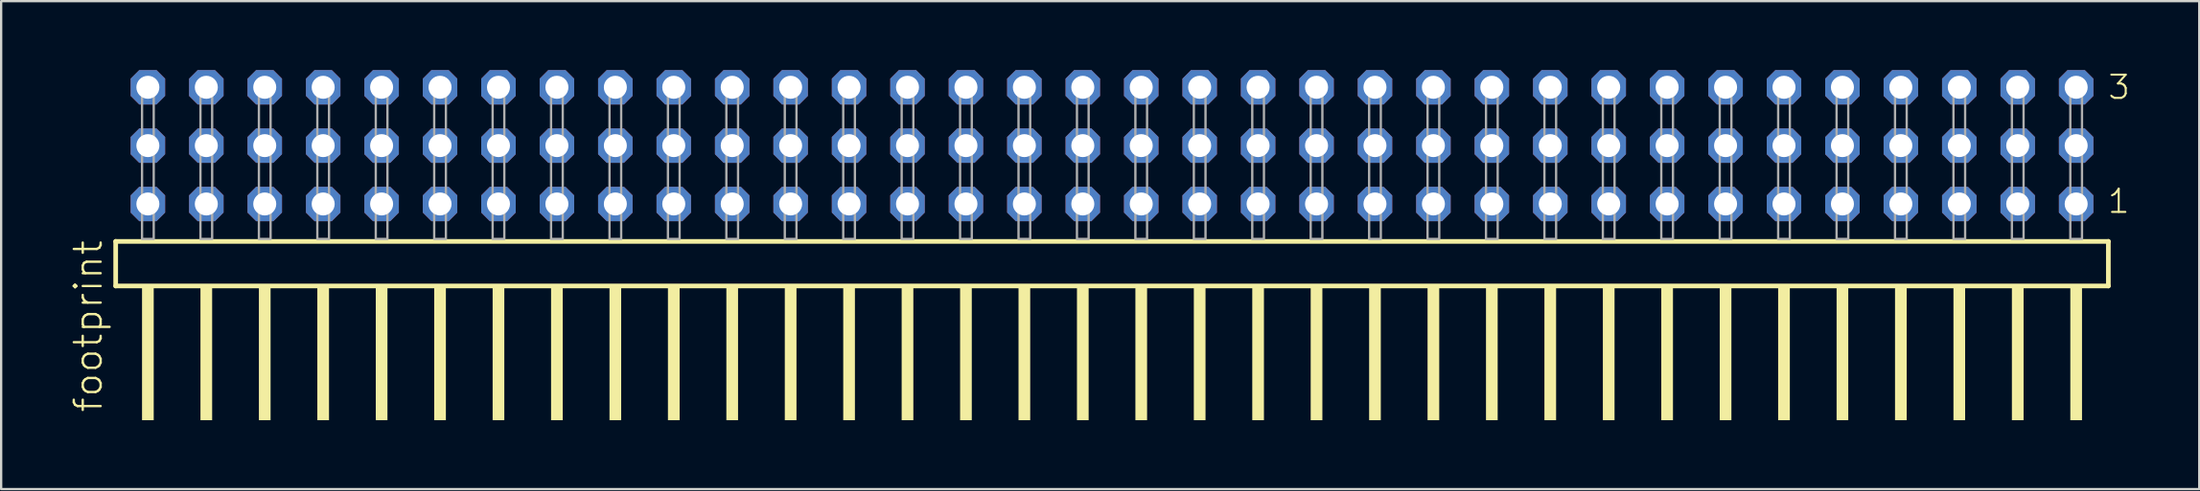
<source format=kicad_pcb>
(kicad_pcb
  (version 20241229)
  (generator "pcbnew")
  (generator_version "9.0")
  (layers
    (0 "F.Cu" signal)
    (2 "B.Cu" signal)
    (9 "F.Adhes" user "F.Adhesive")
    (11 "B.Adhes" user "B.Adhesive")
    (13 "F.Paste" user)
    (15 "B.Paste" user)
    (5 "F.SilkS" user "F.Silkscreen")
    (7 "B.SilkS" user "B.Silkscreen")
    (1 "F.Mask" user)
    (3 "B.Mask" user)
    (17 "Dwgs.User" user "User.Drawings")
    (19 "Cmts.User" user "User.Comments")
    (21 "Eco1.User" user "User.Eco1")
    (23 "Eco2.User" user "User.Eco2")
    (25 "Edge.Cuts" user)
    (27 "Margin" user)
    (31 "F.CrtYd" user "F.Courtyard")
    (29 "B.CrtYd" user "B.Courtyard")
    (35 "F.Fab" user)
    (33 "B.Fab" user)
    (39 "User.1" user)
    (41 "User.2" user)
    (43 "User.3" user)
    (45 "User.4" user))
  (footprint "footprint"
    (layer "F.Cu")
    (at 45.288 7.354)
    (property "Reference" "footprint" (at -43.815 7.62 90) (layer "F.SilkS") (effects (font (size 1.168 1.168) (thickness 0.102)) (justify left bottom)))
    (fp_line (start -43.309 0.106) (end -43.309 2.046) (stroke (width 0.203) (type solid)) (layer "F.SilkS"))
    (fp_line (start -43.309 2.046) (end 43.309 2.046) (stroke (width 0.203) (type solid)) (layer "F.SilkS"))
    (fp_line (start 43.309 0.106) (end -43.309 0.106) (stroke (width 0.203) (type solid)) (layer "F.SilkS"))
    (fp_line (start 43.309 2.046) (end 43.309 0.106) (stroke (width 0.203) (type solid)) (layer "F.SilkS"))
    (fp_poly (pts (xy -42.164 7.89) (xy -41.656 7.89) (xy -41.656 2.04) (xy -42.164 2.04)) (stroke (width 0) (type solid)) (fill yes) (layer "F.SilkS"))
    (fp_poly (pts (xy -39.624 7.89) (xy -39.116 7.89) (xy -39.116 2.04) (xy -39.624 2.04)) (stroke (width 0) (type solid)) (fill yes) (layer "F.SilkS"))
    (fp_poly (pts (xy -37.084 7.89) (xy -36.576 7.89) (xy -36.576 2.04) (xy -37.084 2.04)) (stroke (width 0) (type solid)) (fill yes) (layer "F.SilkS"))
    (fp_poly (pts (xy -34.544 7.89) (xy -34.036 7.89) (xy -34.036 2.04) (xy -34.544 2.04)) (stroke (width 0) (type solid)) (fill yes) (layer "F.SilkS"))
    (fp_poly (pts (xy -32.004 7.89) (xy -31.496 7.89) (xy -31.496 2.04) (xy -32.004 2.04)) (stroke (width 0) (type solid)) (fill yes) (layer "F.SilkS"))
    (fp_poly (pts (xy -29.464 7.89) (xy -28.956 7.89) (xy -28.956 2.04) (xy -29.464 2.04)) (stroke (width 0) (type solid)) (fill yes) (layer "F.SilkS"))
    (fp_poly (pts (xy -26.924 7.89) (xy -26.416 7.89) (xy -26.416 2.04) (xy -26.924 2.04)) (stroke (width 0) (type solid)) (fill yes) (layer "F.SilkS"))
    (fp_poly (pts (xy -24.384 7.89) (xy -23.876 7.89) (xy -23.876 2.04) (xy -24.384 2.04)) (stroke (width 0) (type solid)) (fill yes) (layer "F.SilkS"))
    (fp_poly (pts (xy -21.844 7.89) (xy -21.336 7.89) (xy -21.336 2.04) (xy -21.844 2.04)) (stroke (width 0) (type solid)) (fill yes) (layer "F.SilkS"))
    (fp_poly (pts (xy -19.304 7.89) (xy -18.796 7.89) (xy -18.796 2.04) (xy -19.304 2.04)) (stroke (width 0) (type solid)) (fill yes) (layer "F.SilkS"))
    (fp_poly (pts (xy -16.764 7.89) (xy -16.256 7.89) (xy -16.256 2.04) (xy -16.764 2.04)) (stroke (width 0) (type solid)) (fill yes) (layer "F.SilkS"))
    (fp_poly (pts (xy -14.224 7.89) (xy -13.716 7.89) (xy -13.716 2.04) (xy -14.224 2.04)) (stroke (width 0) (type solid)) (fill yes) (layer "F.SilkS"))
    (fp_poly (pts (xy -11.684 7.89) (xy -11.176 7.89) (xy -11.176 2.04) (xy -11.684 2.04)) (stroke (width 0) (type solid)) (fill yes) (layer "F.SilkS"))
    (fp_poly (pts (xy -9.144 7.89) (xy -8.636 7.89) (xy -8.636 2.04) (xy -9.144 2.04)) (stroke (width 0) (type solid)) (fill yes) (layer "F.SilkS"))
    (fp_poly (pts (xy -6.604 7.89) (xy -6.096 7.89) (xy -6.096 2.04) (xy -6.604 2.04)) (stroke (width 0) (type solid)) (fill yes) (layer "F.SilkS"))
    (fp_poly (pts (xy -4.064 7.89) (xy -3.556 7.89) (xy -3.556 2.04) (xy -4.064 2.04)) (stroke (width 0) (type solid)) (fill yes) (layer "F.SilkS"))
    (fp_poly (pts (xy -1.524 7.89) (xy -1.016 7.89) (xy -1.016 2.04) (xy -1.524 2.04)) (stroke (width 0) (type solid)) (fill yes) (layer "F.SilkS"))
    (fp_poly (pts (xy 1.016 7.89) (xy 1.524 7.89) (xy 1.524 2.04) (xy 1.016 2.04)) (stroke (width 0) (type solid)) (fill yes) (layer "F.SilkS"))
    (fp_poly (pts (xy 3.556 7.89) (xy 4.064 7.89) (xy 4.064 2.04) (xy 3.556 2.04)) (stroke (width 0) (type solid)) (fill yes) (layer "F.SilkS"))
    (fp_poly (pts (xy 6.096 7.89) (xy 6.604 7.89) (xy 6.604 2.04) (xy 6.096 2.04)) (stroke (width 0) (type solid)) (fill yes) (layer "F.SilkS"))
    (fp_poly (pts (xy 8.636 7.89) (xy 9.144 7.89) (xy 9.144 2.04) (xy 8.636 2.04)) (stroke (width 0) (type solid)) (fill yes) (layer "F.SilkS"))
    (fp_poly (pts (xy 11.176 7.89) (xy 11.684 7.89) (xy 11.684 2.04) (xy 11.176 2.04)) (stroke (width 0) (type solid)) (fill yes) (layer "F.SilkS"))
    (fp_poly (pts (xy 13.716 7.89) (xy 14.224 7.89) (xy 14.224 2.04) (xy 13.716 2.04)) (stroke (width 0) (type solid)) (fill yes) (layer "F.SilkS"))
    (fp_poly (pts (xy 16.256 7.89) (xy 16.764 7.89) (xy 16.764 2.04) (xy 16.256 2.04)) (stroke (width 0) (type solid)) (fill yes) (layer "F.SilkS"))
    (fp_poly (pts (xy 18.796 7.89) (xy 19.304 7.89) (xy 19.304 2.04) (xy 18.796 2.04)) (stroke (width 0) (type solid)) (fill yes) (layer "F.SilkS"))
    (fp_poly (pts (xy 21.336 7.89) (xy 21.844 7.89) (xy 21.844 2.04) (xy 21.336 2.04)) (stroke (width 0) (type solid)) (fill yes) (layer "F.SilkS"))
    (fp_poly (pts (xy 23.876 7.89) (xy 24.384 7.89) (xy 24.384 2.04) (xy 23.876 2.04)) (stroke (width 0) (type solid)) (fill yes) (layer "F.SilkS"))
    (fp_poly (pts (xy 26.416 7.89) (xy 26.924 7.89) (xy 26.924 2.04) (xy 26.416 2.04)) (stroke (width 0) (type solid)) (fill yes) (layer "F.SilkS"))
    (fp_poly (pts (xy 28.956 7.89) (xy 29.464 7.89) (xy 29.464 2.04) (xy 28.956 2.04)) (stroke (width 0) (type solid)) (fill yes) (layer "F.SilkS"))
    (fp_poly (pts (xy 31.496 7.89) (xy 32.004 7.89) (xy 32.004 2.04) (xy 31.496 2.04)) (stroke (width 0) (type solid)) (fill yes) (layer "F.SilkS"))
    (fp_poly (pts (xy 34.036 7.89) (xy 34.544 7.89) (xy 34.544 2.04) (xy 34.036 2.04)) (stroke (width 0) (type solid)) (fill yes) (layer "F.SilkS"))
    (fp_poly (pts (xy 36.576 7.89) (xy 37.084 7.89) (xy 37.084 2.04) (xy 36.576 2.04)) (stroke (width 0) (type solid)) (fill yes) (layer "F.SilkS"))
    (fp_poly (pts (xy 39.116 7.89) (xy 39.624 7.89) (xy 39.624 2.04) (xy 39.116 2.04)) (stroke (width 0) (type solid)) (fill yes) (layer "F.SilkS"))
    (fp_poly (pts (xy 41.656 7.89) (xy 42.164 7.89) (xy 42.164 2.04) (xy 41.656 2.04)) (stroke (width 0) (type solid)) (fill yes) (layer "F.SilkS"))
    (fp_poly (pts (xy -42.164 0) (xy -41.656 0) (xy -41.656 -6.858) (xy -42.164 -6.858)) (stroke (width 0.1) (type solid)) (fill no) (layer "F.Fab"))
    (fp_poly (pts (xy -39.624 0) (xy -39.116 0) (xy -39.116 -6.858) (xy -39.624 -6.858)) (stroke (width 0.1) (type solid)) (fill no) (layer "F.Fab"))
    (fp_poly (pts (xy -37.084 0) (xy -36.576 0) (xy -36.576 -6.858) (xy -37.084 -6.858)) (stroke (width 0.1) (type solid)) (fill no) (layer "F.Fab"))
    (fp_poly (pts (xy -34.544 0) (xy -34.036 0) (xy -34.036 -6.858) (xy -34.544 -6.858)) (stroke (width 0.1) (type solid)) (fill no) (layer "F.Fab"))
    (fp_poly (pts (xy -32.004 0) (xy -31.496 0) (xy -31.496 -6.858) (xy -32.004 -6.858)) (stroke (width 0.1) (type solid)) (fill no) (layer "F.Fab"))
    (fp_poly (pts (xy -29.464 0) (xy -28.956 0) (xy -28.956 -6.858) (xy -29.464 -6.858)) (stroke (width 0.1) (type solid)) (fill no) (layer "F.Fab"))
    (fp_poly (pts (xy -26.924 0) (xy -26.416 0) (xy -26.416 -6.858) (xy -26.924 -6.858)) (stroke (width 0.1) (type solid)) (fill no) (layer "F.Fab"))
    (fp_poly (pts (xy -24.384 0) (xy -23.876 0) (xy -23.876 -6.858) (xy -24.384 -6.858)) (stroke (width 0.1) (type solid)) (fill no) (layer "F.Fab"))
    (fp_poly (pts (xy -21.844 0) (xy -21.336 0) (xy -21.336 -6.858) (xy -21.844 -6.858)) (stroke (width 0.1) (type solid)) (fill no) (layer "F.Fab"))
    (fp_poly (pts (xy -19.304 0) (xy -18.796 0) (xy -18.796 -6.858) (xy -19.304 -6.858)) (stroke (width 0.1) (type solid)) (fill no) (layer "F.Fab"))
    (fp_poly (pts (xy -16.764 0) (xy -16.256 0) (xy -16.256 -6.858) (xy -16.764 -6.858)) (stroke (width 0.1) (type solid)) (fill no) (layer "F.Fab"))
    (fp_poly (pts (xy -14.224 0) (xy -13.716 0) (xy -13.716 -6.858) (xy -14.224 -6.858)) (stroke (width 0.1) (type solid)) (fill no) (layer "F.Fab"))
    (fp_poly (pts (xy -11.684 0) (xy -11.176 0) (xy -11.176 -6.858) (xy -11.684 -6.858)) (stroke (width 0.1) (type solid)) (fill no) (layer "F.Fab"))
    (fp_poly (pts (xy -9.144 0) (xy -8.636 0) (xy -8.636 -6.858) (xy -9.144 -6.858)) (stroke (width 0.1) (type solid)) (fill no) (layer "F.Fab"))
    (fp_poly (pts (xy -6.604 0) (xy -6.096 0) (xy -6.096 -6.858) (xy -6.604 -6.858)) (stroke (width 0.1) (type solid)) (fill no) (layer "F.Fab"))
    (fp_poly (pts (xy -4.064 0) (xy -3.556 0) (xy -3.556 -6.858) (xy -4.064 -6.858)) (stroke (width 0.1) (type solid)) (fill no) (layer "F.Fab"))
    (fp_poly (pts (xy -1.524 0) (xy -1.016 0) (xy -1.016 -6.858) (xy -1.524 -6.858)) (stroke (width 0.1) (type solid)) (fill no) (layer "F.Fab"))
    (fp_poly (pts (xy 1.016 0) (xy 1.524 0) (xy 1.524 -6.858) (xy 1.016 -6.858)) (stroke (width 0.1) (type solid)) (fill no) (layer "F.Fab"))
    (fp_poly (pts (xy 3.556 0) (xy 4.064 0) (xy 4.064 -6.858) (xy 3.556 -6.858)) (stroke (width 0.1) (type solid)) (fill no) (layer "F.Fab"))
    (fp_poly (pts (xy 6.096 0) (xy 6.604 0) (xy 6.604 -6.858) (xy 6.096 -6.858)) (stroke (width 0.1) (type solid)) (fill no) (layer "F.Fab"))
    (fp_poly (pts (xy 8.636 0) (xy 9.144 0) (xy 9.144 -6.858) (xy 8.636 -6.858)) (stroke (width 0.1) (type solid)) (fill no) (layer "F.Fab"))
    (fp_poly (pts (xy 11.176 0) (xy 11.684 0) (xy 11.684 -6.858) (xy 11.176 -6.858)) (stroke (width 0.1) (type solid)) (fill no) (layer "F.Fab"))
    (fp_poly (pts (xy 13.716 0) (xy 14.224 0) (xy 14.224 -6.858) (xy 13.716 -6.858)) (stroke (width 0.1) (type solid)) (fill no) (layer "F.Fab"))
    (fp_poly (pts (xy 16.256 0) (xy 16.764 0) (xy 16.764 -6.858) (xy 16.256 -6.858)) (stroke (width 0.1) (type solid)) (fill no) (layer "F.Fab"))
    (fp_poly (pts (xy 18.796 0) (xy 19.304 0) (xy 19.304 -6.858) (xy 18.796 -6.858)) (stroke (width 0.1) (type solid)) (fill no) (layer "F.Fab"))
    (fp_poly (pts (xy 21.336 0) (xy 21.844 0) (xy 21.844 -6.858) (xy 21.336 -6.858)) (stroke (width 0.1) (type solid)) (fill no) (layer "F.Fab"))
    (fp_poly (pts (xy 23.876 0) (xy 24.384 0) (xy 24.384 -6.858) (xy 23.876 -6.858)) (stroke (width 0.1) (type solid)) (fill no) (layer "F.Fab"))
    (fp_poly (pts (xy 26.416 0) (xy 26.924 0) (xy 26.924 -6.858) (xy 26.416 -6.858)) (stroke (width 0.1) (type solid)) (fill no) (layer "F.Fab"))
    (fp_poly (pts (xy 28.956 0) (xy 29.464 0) (xy 29.464 -6.858) (xy 28.956 -6.858)) (stroke (width 0.1) (type solid)) (fill no) (layer "F.Fab"))
    (fp_poly (pts (xy 31.496 0) (xy 32.004 0) (xy 32.004 -6.858) (xy 31.496 -6.858)) (stroke (width 0.1) (type solid)) (fill no) (layer "F.Fab"))
    (fp_poly (pts (xy 34.036 0) (xy 34.544 0) (xy 34.544 -6.858) (xy 34.036 -6.858)) (stroke (width 0.1) (type solid)) (fill no) (layer "F.Fab"))
    (fp_poly (pts (xy 36.576 0) (xy 37.084 0) (xy 37.084 -6.858) (xy 36.576 -6.858)) (stroke (width 0.1) (type solid)) (fill no) (layer "F.Fab"))
    (fp_poly (pts (xy 39.116 0) (xy 39.624 0) (xy 39.624 -6.858) (xy 39.116 -6.858)) (stroke (width 0.1) (type solid)) (fill no) (layer "F.Fab"))
    (fp_poly (pts (xy 41.656 0) (xy 42.164 0) (xy 42.164 -6.858) (xy 41.656 -6.858)) (stroke (width 0.1) (type solid)) (fill no) (layer "F.Fab"))
    (fp_text user "3" (at 43.235 -6.015 0) (layer "F.SilkS") (effects (font (size 1.012 1.012) (thickness 0.088)) (justify left bottom)))
    (fp_text user "1" (at 43.22 -1.05 0) (layer "F.SilkS") (effects (font (size 1.012 1.012) (thickness 0.088)) (justify left bottom)))
    (pad "1" thru_hole roundrect (at 41.91 -1.524 180) (size 1.5 1.5) (drill 1) (layers "*.Cu" "*.Mask") (roundrect_rratio 0.25) (chamfer_ratio 0.25) (chamfer top_left top_right bottom_left bottom_right))
    (pad "2" thru_hole roundrect (at 41.91 -4.064 180) (size 1.5 1.5) (drill 1) (layers "*.Cu" "*.Mask") (roundrect_rratio 0.25) (chamfer_ratio 0.25) (chamfer top_left top_right bottom_left bottom_right))
    (pad "3" thru_hole roundrect (at 41.91 -6.604 180) (size 1.5 1.5) (drill 1) (layers "*.Cu" "*.Mask") (roundrect_rratio 0.25) (chamfer_ratio 0.25) (chamfer top_left top_right bottom_left bottom_right))
    (pad "4" thru_hole roundrect (at 39.37 -1.524 180) (size 1.5 1.5) (drill 1) (layers "*.Cu" "*.Mask") (roundrect_rratio 0.25) (chamfer_ratio 0.25) (chamfer top_left top_right bottom_left bottom_right))
    (pad "5" thru_hole roundrect (at 39.37 -4.064 180) (size 1.5 1.5) (drill 1) (layers "*.Cu" "*.Mask") (roundrect_rratio 0.25) (chamfer_ratio 0.25) (chamfer top_left top_right bottom_left bottom_right))
    (pad "6" thru_hole roundrect (at 39.37 -6.604 180) (size 1.5 1.5) (drill 1) (layers "*.Cu" "*.Mask") (roundrect_rratio 0.25) (chamfer_ratio 0.25) (chamfer top_left top_right bottom_left bottom_right))
    (pad "7" thru_hole roundrect (at 36.83 -1.524 180) (size 1.5 1.5) (drill 1) (layers "*.Cu" "*.Mask") (roundrect_rratio 0.25) (chamfer_ratio 0.25) (chamfer top_left top_right bottom_left bottom_right))
    (pad "8" thru_hole roundrect (at 36.83 -4.064 180) (size 1.5 1.5) (drill 1) (layers "*.Cu" "*.Mask") (roundrect_rratio 0.25) (chamfer_ratio 0.25) (chamfer top_left top_right bottom_left bottom_right))
    (pad "9" thru_hole roundrect (at 36.83 -6.604 180) (size 1.5 1.5) (drill 1) (layers "*.Cu" "*.Mask") (roundrect_rratio 0.25) (chamfer_ratio 0.25) (chamfer top_left top_right bottom_left bottom_right))
    (pad "10" thru_hole roundrect (at 34.29 -1.524 180) (size 1.5 1.5) (drill 1) (layers "*.Cu" "*.Mask") (roundrect_rratio 0.25) (chamfer_ratio 0.25) (chamfer top_left top_right bottom_left bottom_right))
    (pad "11" thru_hole roundrect (at 34.29 -4.064 180) (size 1.5 1.5) (drill 1) (layers "*.Cu" "*.Mask") (roundrect_rratio 0.25) (chamfer_ratio 0.25) (chamfer top_left top_right bottom_left bottom_right))
    (pad "12" thru_hole roundrect (at 34.29 -6.604 180) (size 1.5 1.5) (drill 1) (layers "*.Cu" "*.Mask") (roundrect_rratio 0.25) (chamfer_ratio 0.25) (chamfer top_left top_right bottom_left bottom_right))
    (pad "13" thru_hole roundrect (at 31.75 -1.524 180) (size 1.5 1.5) (drill 1) (layers "*.Cu" "*.Mask") (roundrect_rratio 0.25) (chamfer_ratio 0.25) (chamfer top_left top_right bottom_left bottom_right))
    (pad "14" thru_hole roundrect (at 31.75 -4.064 180) (size 1.5 1.5) (drill 1) (layers "*.Cu" "*.Mask") (roundrect_rratio 0.25) (chamfer_ratio 0.25) (chamfer top_left top_right bottom_left bottom_right))
    (pad "15" thru_hole roundrect (at 31.75 -6.604 180) (size 1.5 1.5) (drill 1) (layers "*.Cu" "*.Mask") (roundrect_rratio 0.25) (chamfer_ratio 0.25) (chamfer top_left top_right bottom_left bottom_right))
    (pad "16" thru_hole roundrect (at 29.21 -1.524 180) (size 1.5 1.5) (drill 1) (layers "*.Cu" "*.Mask") (roundrect_rratio 0.25) (chamfer_ratio 0.25) (chamfer top_left top_right bottom_left bottom_right))
    (pad "17" thru_hole roundrect (at 29.21 -4.064 180) (size 1.5 1.5) (drill 1) (layers "*.Cu" "*.Mask") (roundrect_rratio 0.25) (chamfer_ratio 0.25) (chamfer top_left top_right bottom_left bottom_right))
    (pad "18" thru_hole roundrect (at 29.21 -6.604 180) (size 1.5 1.5) (drill 1) (layers "*.Cu" "*.Mask") (roundrect_rratio 0.25) (chamfer_ratio 0.25) (chamfer top_left top_right bottom_left bottom_right))
    (pad "19" thru_hole roundrect (at 26.67 -1.524 180) (size 1.5 1.5) (drill 1) (layers "*.Cu" "*.Mask") (roundrect_rratio 0.25) (chamfer_ratio 0.25) (chamfer top_left top_right bottom_left bottom_right))
    (pad "20" thru_hole roundrect (at 26.67 -4.064 180) (size 1.5 1.5) (drill 1) (layers "*.Cu" "*.Mask") (roundrect_rratio 0.25) (chamfer_ratio 0.25) (chamfer top_left top_right bottom_left bottom_right))
    (pad "21" thru_hole roundrect (at 26.67 -6.604 180) (size 1.5 1.5) (drill 1) (layers "*.Cu" "*.Mask") (roundrect_rratio 0.25) (chamfer_ratio 0.25) (chamfer top_left top_right bottom_left bottom_right))
    (pad "22" thru_hole roundrect (at 24.13 -1.524 180) (size 1.5 1.5) (drill 1) (layers "*.Cu" "*.Mask") (roundrect_rratio 0.25) (chamfer_ratio 0.25) (chamfer top_left top_right bottom_left bottom_right))
    (pad "23" thru_hole roundrect (at 24.13 -4.064 180) (size 1.5 1.5) (drill 1) (layers "*.Cu" "*.Mask") (roundrect_rratio 0.25) (chamfer_ratio 0.25) (chamfer top_left top_right bottom_left bottom_right))
    (pad "24" thru_hole roundrect (at 24.13 -6.604 180) (size 1.5 1.5) (drill 1) (layers "*.Cu" "*.Mask") (roundrect_rratio 0.25) (chamfer_ratio 0.25) (chamfer top_left top_right bottom_left bottom_right))
    (pad "25" thru_hole roundrect (at 21.59 -1.524 180) (size 1.5 1.5) (drill 1) (layers "*.Cu" "*.Mask") (roundrect_rratio 0.25) (chamfer_ratio 0.25) (chamfer top_left top_right bottom_left bottom_right))
    (pad "26" thru_hole roundrect (at 21.59 -4.064 180) (size 1.5 1.5) (drill 1) (layers "*.Cu" "*.Mask") (roundrect_rratio 0.25) (chamfer_ratio 0.25) (chamfer top_left top_right bottom_left bottom_right))
    (pad "27" thru_hole roundrect (at 21.59 -6.604 180) (size 1.5 1.5) (drill 1) (layers "*.Cu" "*.Mask") (roundrect_rratio 0.25) (chamfer_ratio 0.25) (chamfer top_left top_right bottom_left bottom_right))
    (pad "28" thru_hole roundrect (at 19.05 -1.524 180) (size 1.5 1.5) (drill 1) (layers "*.Cu" "*.Mask") (roundrect_rratio 0.25) (chamfer_ratio 0.25) (chamfer top_left top_right bottom_left bottom_right))
    (pad "29" thru_hole roundrect (at 19.05 -4.064 180) (size 1.5 1.5) (drill 1) (layers "*.Cu" "*.Mask") (roundrect_rratio 0.25) (chamfer_ratio 0.25) (chamfer top_left top_right bottom_left bottom_right))
    (pad "30" thru_hole roundrect (at 19.05 -6.604 180) (size 1.5 1.5) (drill 1) (layers "*.Cu" "*.Mask") (roundrect_rratio 0.25) (chamfer_ratio 0.25) (chamfer top_left top_right bottom_left bottom_right))
    (pad "31" thru_hole roundrect (at 16.51 -1.524 180) (size 1.5 1.5) (drill 1) (layers "*.Cu" "*.Mask") (roundrect_rratio 0.25) (chamfer_ratio 0.25) (chamfer top_left top_right bottom_left bottom_right))
    (pad "32" thru_hole roundrect (at 16.51 -4.064 180) (size 1.5 1.5) (drill 1) (layers "*.Cu" "*.Mask") (roundrect_rratio 0.25) (chamfer_ratio 0.25) (chamfer top_left top_right bottom_left bottom_right))
    (pad "33" thru_hole roundrect (at 16.51 -6.604 180) (size 1.5 1.5) (drill 1) (layers "*.Cu" "*.Mask") (roundrect_rratio 0.25) (chamfer_ratio 0.25) (chamfer top_left top_right bottom_left bottom_right))
    (pad "34" thru_hole roundrect (at 13.97 -1.524 180) (size 1.5 1.5) (drill 1) (layers "*.Cu" "*.Mask") (roundrect_rratio 0.25) (chamfer_ratio 0.25) (chamfer top_left top_right bottom_left bottom_right))
    (pad "35" thru_hole roundrect (at 13.97 -4.064 180) (size 1.5 1.5) (drill 1) (layers "*.Cu" "*.Mask") (roundrect_rratio 0.25) (chamfer_ratio 0.25) (chamfer top_left top_right bottom_left bottom_right))
    (pad "36" thru_hole roundrect (at 13.97 -6.604 180) (size 1.5 1.5) (drill 1) (layers "*.Cu" "*.Mask") (roundrect_rratio 0.25) (chamfer_ratio 0.25) (chamfer top_left top_right bottom_left bottom_right))
    (pad "37" thru_hole roundrect (at 11.43 -1.524 180) (size 1.5 1.5) (drill 1) (layers "*.Cu" "*.Mask") (roundrect_rratio 0.25) (chamfer_ratio 0.25) (chamfer top_left top_right bottom_left bottom_right))
    (pad "38" thru_hole roundrect (at 11.43 -4.064 180) (size 1.5 1.5) (drill 1) (layers "*.Cu" "*.Mask") (roundrect_rratio 0.25) (chamfer_ratio 0.25) (chamfer top_left top_right bottom_left bottom_right))
    (pad "39" thru_hole roundrect (at 11.43 -6.604 180) (size 1.5 1.5) (drill 1) (layers "*.Cu" "*.Mask") (roundrect_rratio 0.25) (chamfer_ratio 0.25) (chamfer top_left top_right bottom_left bottom_right))
    (pad "40" thru_hole roundrect (at 8.89 -1.524 180) (size 1.5 1.5) (drill 1) (layers "*.Cu" "*.Mask") (roundrect_rratio 0.25) (chamfer_ratio 0.25) (chamfer top_left top_right bottom_left bottom_right))
    (pad "41" thru_hole roundrect (at 8.89 -4.064 180) (size 1.5 1.5) (drill 1) (layers "*.Cu" "*.Mask") (roundrect_rratio 0.25) (chamfer_ratio 0.25) (chamfer top_left top_right bottom_left bottom_right))
    (pad "42" thru_hole roundrect (at 8.89 -6.604 180) (size 1.5 1.5) (drill 1) (layers "*.Cu" "*.Mask") (roundrect_rratio 0.25) (chamfer_ratio 0.25) (chamfer top_left top_right bottom_left bottom_right))
    (pad "43" thru_hole roundrect (at 6.35 -1.524 180) (size 1.5 1.5) (drill 1) (layers "*.Cu" "*.Mask") (roundrect_rratio 0.25) (chamfer_ratio 0.25) (chamfer top_left top_right bottom_left bottom_right))
    (pad "44" thru_hole roundrect (at 6.35 -4.064 180) (size 1.5 1.5) (drill 1) (layers "*.Cu" "*.Mask") (roundrect_rratio 0.25) (chamfer_ratio 0.25) (chamfer top_left top_right bottom_left bottom_right))
    (pad "45" thru_hole roundrect (at 6.35 -6.604 180) (size 1.5 1.5) (drill 1) (layers "*.Cu" "*.Mask") (roundrect_rratio 0.25) (chamfer_ratio 0.25) (chamfer top_left top_right bottom_left bottom_right))
    (pad "46" thru_hole roundrect (at 3.81 -1.524 180) (size 1.5 1.5) (drill 1) (layers "*.Cu" "*.Mask") (roundrect_rratio 0.25) (chamfer_ratio 0.25) (chamfer top_left top_right bottom_left bottom_right))
    (pad "47" thru_hole roundrect (at 3.81 -4.064 180) (size 1.5 1.5) (drill 1) (layers "*.Cu" "*.Mask") (roundrect_rratio 0.25) (chamfer_ratio 0.25) (chamfer top_left top_right bottom_left bottom_right))
    (pad "48" thru_hole roundrect (at 3.81 -6.604 180) (size 1.5 1.5) (drill 1) (layers "*.Cu" "*.Mask") (roundrect_rratio 0.25) (chamfer_ratio 0.25) (chamfer top_left top_right bottom_left bottom_right))
    (pad "49" thru_hole roundrect (at 1.27 -1.524 180) (size 1.5 1.5) (drill 1) (layers "*.Cu" "*.Mask") (roundrect_rratio 0.25) (chamfer_ratio 0.25) (chamfer top_left top_right bottom_left bottom_right))
    (pad "50" thru_hole roundrect (at 1.27 -4.064 180) (size 1.5 1.5) (drill 1) (layers "*.Cu" "*.Mask") (roundrect_rratio 0.25) (chamfer_ratio 0.25) (chamfer top_left top_right bottom_left bottom_right))
    (pad "51" thru_hole roundrect (at 1.27 -6.604 180) (size 1.5 1.5) (drill 1) (layers "*.Cu" "*.Mask") (roundrect_rratio 0.25) (chamfer_ratio 0.25) (chamfer top_left top_right bottom_left bottom_right))
    (pad "52" thru_hole roundrect (at -1.27 -1.524 180) (size 1.5 1.5) (drill 1) (layers "*.Cu" "*.Mask") (roundrect_rratio 0.25) (chamfer_ratio 0.25) (chamfer top_left top_right bottom_left bottom_right))
    (pad "53" thru_hole roundrect (at -1.27 -4.064 180) (size 1.5 1.5) (drill 1) (layers "*.Cu" "*.Mask") (roundrect_rratio 0.25) (chamfer_ratio 0.25) (chamfer top_left top_right bottom_left bottom_right))
    (pad "54" thru_hole roundrect (at -1.27 -6.604 180) (size 1.5 1.5) (drill 1) (layers "*.Cu" "*.Mask") (roundrect_rratio 0.25) (chamfer_ratio 0.25) (chamfer top_left top_right bottom_left bottom_right))
    (pad "55" thru_hole roundrect (at -3.81 -1.524 180) (size 1.5 1.5) (drill 1) (layers "*.Cu" "*.Mask") (roundrect_rratio 0.25) (chamfer_ratio 0.25) (chamfer top_left top_right bottom_left bottom_right))
    (pad "56" thru_hole roundrect (at -3.81 -4.064 180) (size 1.5 1.5) (drill 1) (layers "*.Cu" "*.Mask") (roundrect_rratio 0.25) (chamfer_ratio 0.25) (chamfer top_left top_right bottom_left bottom_right))
    (pad "57" thru_hole roundrect (at -3.81 -6.604 180) (size 1.5 1.5) (drill 1) (layers "*.Cu" "*.Mask") (roundrect_rratio 0.25) (chamfer_ratio 0.25) (chamfer top_left top_right bottom_left bottom_right))
    (pad "58" thru_hole roundrect (at -6.35 -1.524 180) (size 1.5 1.5) (drill 1) (layers "*.Cu" "*.Mask") (roundrect_rratio 0.25) (chamfer_ratio 0.25) (chamfer top_left top_right bottom_left bottom_right))
    (pad "59" thru_hole roundrect (at -6.35 -4.064 180) (size 1.5 1.5) (drill 1) (layers "*.Cu" "*.Mask") (roundrect_rratio 0.25) (chamfer_ratio 0.25) (chamfer top_left top_right bottom_left bottom_right))
    (pad "60" thru_hole roundrect (at -6.35 -6.604 180) (size 1.5 1.5) (drill 1) (layers "*.Cu" "*.Mask") (roundrect_rratio 0.25) (chamfer_ratio 0.25) (chamfer top_left top_right bottom_left bottom_right))
    (pad "61" thru_hole roundrect (at -8.89 -1.524 180) (size 1.5 1.5) (drill 1) (layers "*.Cu" "*.Mask") (roundrect_rratio 0.25) (chamfer_ratio 0.25) (chamfer top_left top_right bottom_left bottom_right))
    (pad "62" thru_hole roundrect (at -8.89 -4.064 180) (size 1.5 1.5) (drill 1) (layers "*.Cu" "*.Mask") (roundrect_rratio 0.25) (chamfer_ratio 0.25) (chamfer top_left top_right bottom_left bottom_right))
    (pad "63" thru_hole roundrect (at -8.89 -6.604 180) (size 1.5 1.5) (drill 1) (layers "*.Cu" "*.Mask") (roundrect_rratio 0.25) (chamfer_ratio 0.25) (chamfer top_left top_right bottom_left bottom_right))
    (pad "64" thru_hole roundrect (at -11.43 -1.524 180) (size 1.5 1.5) (drill 1) (layers "*.Cu" "*.Mask") (roundrect_rratio 0.25) (chamfer_ratio 0.25) (chamfer top_left top_right bottom_left bottom_right))
    (pad "65" thru_hole roundrect (at -11.43 -4.064 180) (size 1.5 1.5) (drill 1) (layers "*.Cu" "*.Mask") (roundrect_rratio 0.25) (chamfer_ratio 0.25) (chamfer top_left top_right bottom_left bottom_right))
    (pad "66" thru_hole roundrect (at -11.43 -6.604 180) (size 1.5 1.5) (drill 1) (layers "*.Cu" "*.Mask") (roundrect_rratio 0.25) (chamfer_ratio 0.25) (chamfer top_left top_right bottom_left bottom_right))
    (pad "67" thru_hole roundrect (at -13.97 -1.524 180) (size 1.5 1.5) (drill 1) (layers "*.Cu" "*.Mask") (roundrect_rratio 0.25) (chamfer_ratio 0.25) (chamfer top_left top_right bottom_left bottom_right))
    (pad "68" thru_hole roundrect (at -13.97 -4.064 180) (size 1.5 1.5) (drill 1) (layers "*.Cu" "*.Mask") (roundrect_rratio 0.25) (chamfer_ratio 0.25) (chamfer top_left top_right bottom_left bottom_right))
    (pad "69" thru_hole roundrect (at -13.97 -6.604 180) (size 1.5 1.5) (drill 1) (layers "*.Cu" "*.Mask") (roundrect_rratio 0.25) (chamfer_ratio 0.25) (chamfer top_left top_right bottom_left bottom_right))
    (pad "70" thru_hole roundrect (at -16.51 -1.524 180) (size 1.5 1.5) (drill 1) (layers "*.Cu" "*.Mask") (roundrect_rratio 0.25) (chamfer_ratio 0.25) (chamfer top_left top_right bottom_left bottom_right))
    (pad "71" thru_hole roundrect (at -16.51 -4.064 180) (size 1.5 1.5) (drill 1) (layers "*.Cu" "*.Mask") (roundrect_rratio 0.25) (chamfer_ratio 0.25) (chamfer top_left top_right bottom_left bottom_right))
    (pad "72" thru_hole roundrect (at -16.51 -6.604 180) (size 1.5 1.5) (drill 1) (layers "*.Cu" "*.Mask") (roundrect_rratio 0.25) (chamfer_ratio 0.25) (chamfer top_left top_right bottom_left bottom_right))
    (pad "73" thru_hole roundrect (at -19.05 -1.524 180) (size 1.5 1.5) (drill 1) (layers "*.Cu" "*.Mask") (roundrect_rratio 0.25) (chamfer_ratio 0.25) (chamfer top_left top_right bottom_left bottom_right))
    (pad "74" thru_hole roundrect (at -19.05 -4.064 180) (size 1.5 1.5) (drill 1) (layers "*.Cu" "*.Mask") (roundrect_rratio 0.25) (chamfer_ratio 0.25) (chamfer top_left top_right bottom_left bottom_right))
    (pad "75" thru_hole roundrect (at -19.05 -6.604 180) (size 1.5 1.5) (drill 1) (layers "*.Cu" "*.Mask") (roundrect_rratio 0.25) (chamfer_ratio 0.25) (chamfer top_left top_right bottom_left bottom_right))
    (pad "76" thru_hole roundrect (at -21.59 -1.524 180) (size 1.5 1.5) (drill 1) (layers "*.Cu" "*.Mask") (roundrect_rratio 0.25) (chamfer_ratio 0.25) (chamfer top_left top_right bottom_left bottom_right))
    (pad "77" thru_hole roundrect (at -21.59 -4.064 180) (size 1.5 1.5) (drill 1) (layers "*.Cu" "*.Mask") (roundrect_rratio 0.25) (chamfer_ratio 0.25) (chamfer top_left top_right bottom_left bottom_right))
    (pad "78" thru_hole roundrect (at -21.59 -6.604 180) (size 1.5 1.5) (drill 1) (layers "*.Cu" "*.Mask") (roundrect_rratio 0.25) (chamfer_ratio 0.25) (chamfer top_left top_right bottom_left bottom_right))
    (pad "79" thru_hole roundrect (at -24.13 -1.524 180) (size 1.5 1.5) (drill 1) (layers "*.Cu" "*.Mask") (roundrect_rratio 0.25) (chamfer_ratio 0.25) (chamfer top_left top_right bottom_left bottom_right))
    (pad "80" thru_hole roundrect (at -24.13 -4.064 180) (size 1.5 1.5) (drill 1) (layers "*.Cu" "*.Mask") (roundrect_rratio 0.25) (chamfer_ratio 0.25) (chamfer top_left top_right bottom_left bottom_right))
    (pad "81" thru_hole roundrect (at -24.13 -6.604 180) (size 1.5 1.5) (drill 1) (layers "*.Cu" "*.Mask") (roundrect_rratio 0.25) (chamfer_ratio 0.25) (chamfer top_left top_right bottom_left bottom_right))
    (pad "82" thru_hole roundrect (at -26.67 -1.524 180) (size 1.5 1.5) (drill 1) (layers "*.Cu" "*.Mask") (roundrect_rratio 0.25) (chamfer_ratio 0.25) (chamfer top_left top_right bottom_left bottom_right))
    (pad "83" thru_hole roundrect (at -26.67 -4.064 180) (size 1.5 1.5) (drill 1) (layers "*.Cu" "*.Mask") (roundrect_rratio 0.25) (chamfer_ratio 0.25) (chamfer top_left top_right bottom_left bottom_right))
    (pad "84" thru_hole roundrect (at -26.67 -6.604 180) (size 1.5 1.5) (drill 1) (layers "*.Cu" "*.Mask") (roundrect_rratio 0.25) (chamfer_ratio 0.25) (chamfer top_left top_right bottom_left bottom_right))
    (pad "85" thru_hole roundrect (at -29.21 -1.524 180) (size 1.5 1.5) (drill 1) (layers "*.Cu" "*.Mask") (roundrect_rratio 0.25) (chamfer_ratio 0.25) (chamfer top_left top_right bottom_left bottom_right))
    (pad "86" thru_hole roundrect (at -29.21 -4.064 180) (size 1.5 1.5) (drill 1) (layers "*.Cu" "*.Mask") (roundrect_rratio 0.25) (chamfer_ratio 0.25) (chamfer top_left top_right bottom_left bottom_right))
    (pad "87" thru_hole roundrect (at -29.21 -6.604 180) (size 1.5 1.5) (drill 1) (layers "*.Cu" "*.Mask") (roundrect_rratio 0.25) (chamfer_ratio 0.25) (chamfer top_left top_right bottom_left bottom_right))
    (pad "88" thru_hole roundrect (at -31.75 -1.524 180) (size 1.5 1.5) (drill 1) (layers "*.Cu" "*.Mask") (roundrect_rratio 0.25) (chamfer_ratio 0.25) (chamfer top_left top_right bottom_left bottom_right))
    (pad "89" thru_hole roundrect (at -31.75 -4.064 180) (size 1.5 1.5) (drill 1) (layers "*.Cu" "*.Mask") (roundrect_rratio 0.25) (chamfer_ratio 0.25) (chamfer top_left top_right bottom_left bottom_right))
    (pad "90" thru_hole roundrect (at -31.75 -6.604 180) (size 1.5 1.5) (drill 1) (layers "*.Cu" "*.Mask") (roundrect_rratio 0.25) (chamfer_ratio 0.25) (chamfer top_left top_right bottom_left bottom_right))
    (pad "91" thru_hole roundrect (at -34.29 -1.524 180) (size 1.5 1.5) (drill 1) (layers "*.Cu" "*.Mask") (roundrect_rratio 0.25) (chamfer_ratio 0.25) (chamfer top_left top_right bottom_left bottom_right))
    (pad "92" thru_hole roundrect (at -34.29 -4.064 180) (size 1.5 1.5) (drill 1) (layers "*.Cu" "*.Mask") (roundrect_rratio 0.25) (chamfer_ratio 0.25) (chamfer top_left top_right bottom_left bottom_right))
    (pad "93" thru_hole roundrect (at -34.29 -6.604 180) (size 1.5 1.5) (drill 1) (layers "*.Cu" "*.Mask") (roundrect_rratio 0.25) (chamfer_ratio 0.25) (chamfer top_left top_right bottom_left bottom_right))
    (pad "94" thru_hole roundrect (at -36.83 -1.524 180) (size 1.5 1.5) (drill 1) (layers "*.Cu" "*.Mask") (roundrect_rratio 0.25) (chamfer_ratio 0.25) (chamfer top_left top_right bottom_left bottom_right))
    (pad "95" thru_hole roundrect (at -36.83 -4.064 180) (size 1.5 1.5) (drill 1) (layers "*.Cu" "*.Mask") (roundrect_rratio 0.25) (chamfer_ratio 0.25) (chamfer top_left top_right bottom_left bottom_right))
    (pad "96" thru_hole roundrect (at -36.83 -6.604 180) (size 1.5 1.5) (drill 1) (layers "*.Cu" "*.Mask") (roundrect_rratio 0.25) (chamfer_ratio 0.25) (chamfer top_left top_right bottom_left bottom_right))
    (pad "97" thru_hole roundrect (at -39.37 -1.524 180) (size 1.5 1.5) (drill 1) (layers "*.Cu" "*.Mask") (roundrect_rratio 0.25) (chamfer_ratio 0.25) (chamfer top_left top_right bottom_left bottom_right))
    (pad "98" thru_hole roundrect (at -39.37 -4.064 180) (size 1.5 1.5) (drill 1) (layers "*.Cu" "*.Mask") (roundrect_rratio 0.25) (chamfer_ratio 0.25) (chamfer top_left top_right bottom_left bottom_right))
    (pad "99" thru_hole roundrect (at -39.37 -6.604 180) (size 1.5 1.5) (drill 1) (layers "*.Cu" "*.Mask") (roundrect_rratio 0.25) (chamfer_ratio 0.25) (chamfer top_left top_right bottom_left bottom_right))
    (pad "100" thru_hole roundrect (at -41.91 -1.524 180) (size 1.5 1.5) (drill 1) (layers "*.Cu" "*.Mask") (roundrect_rratio 0.25) (chamfer_ratio 0.25) (chamfer top_left top_right bottom_left bottom_right))
    (pad "101" thru_hole roundrect (at -41.91 -4.064 180) (size 1.5 1.5) (drill 1) (layers "*.Cu" "*.Mask") (roundrect_rratio 0.25) (chamfer_ratio 0.25) (chamfer top_left top_right bottom_left bottom_right))
    (pad "102" thru_hole roundrect (at -41.91 -6.604 180) (size 1.5 1.5) (drill 1) (layers "*.Cu" "*.Mask") (roundrect_rratio 0.25) (chamfer_ratio 0.25) (chamfer top_left top_right bottom_left bottom_right)))
  (gr_rect
    (start -3 -3)
    (end 92.549 18.244)
    (stroke (width 0.1) (type default))
    (fill no)
    (layer "Edge.Cuts")))
</source>
